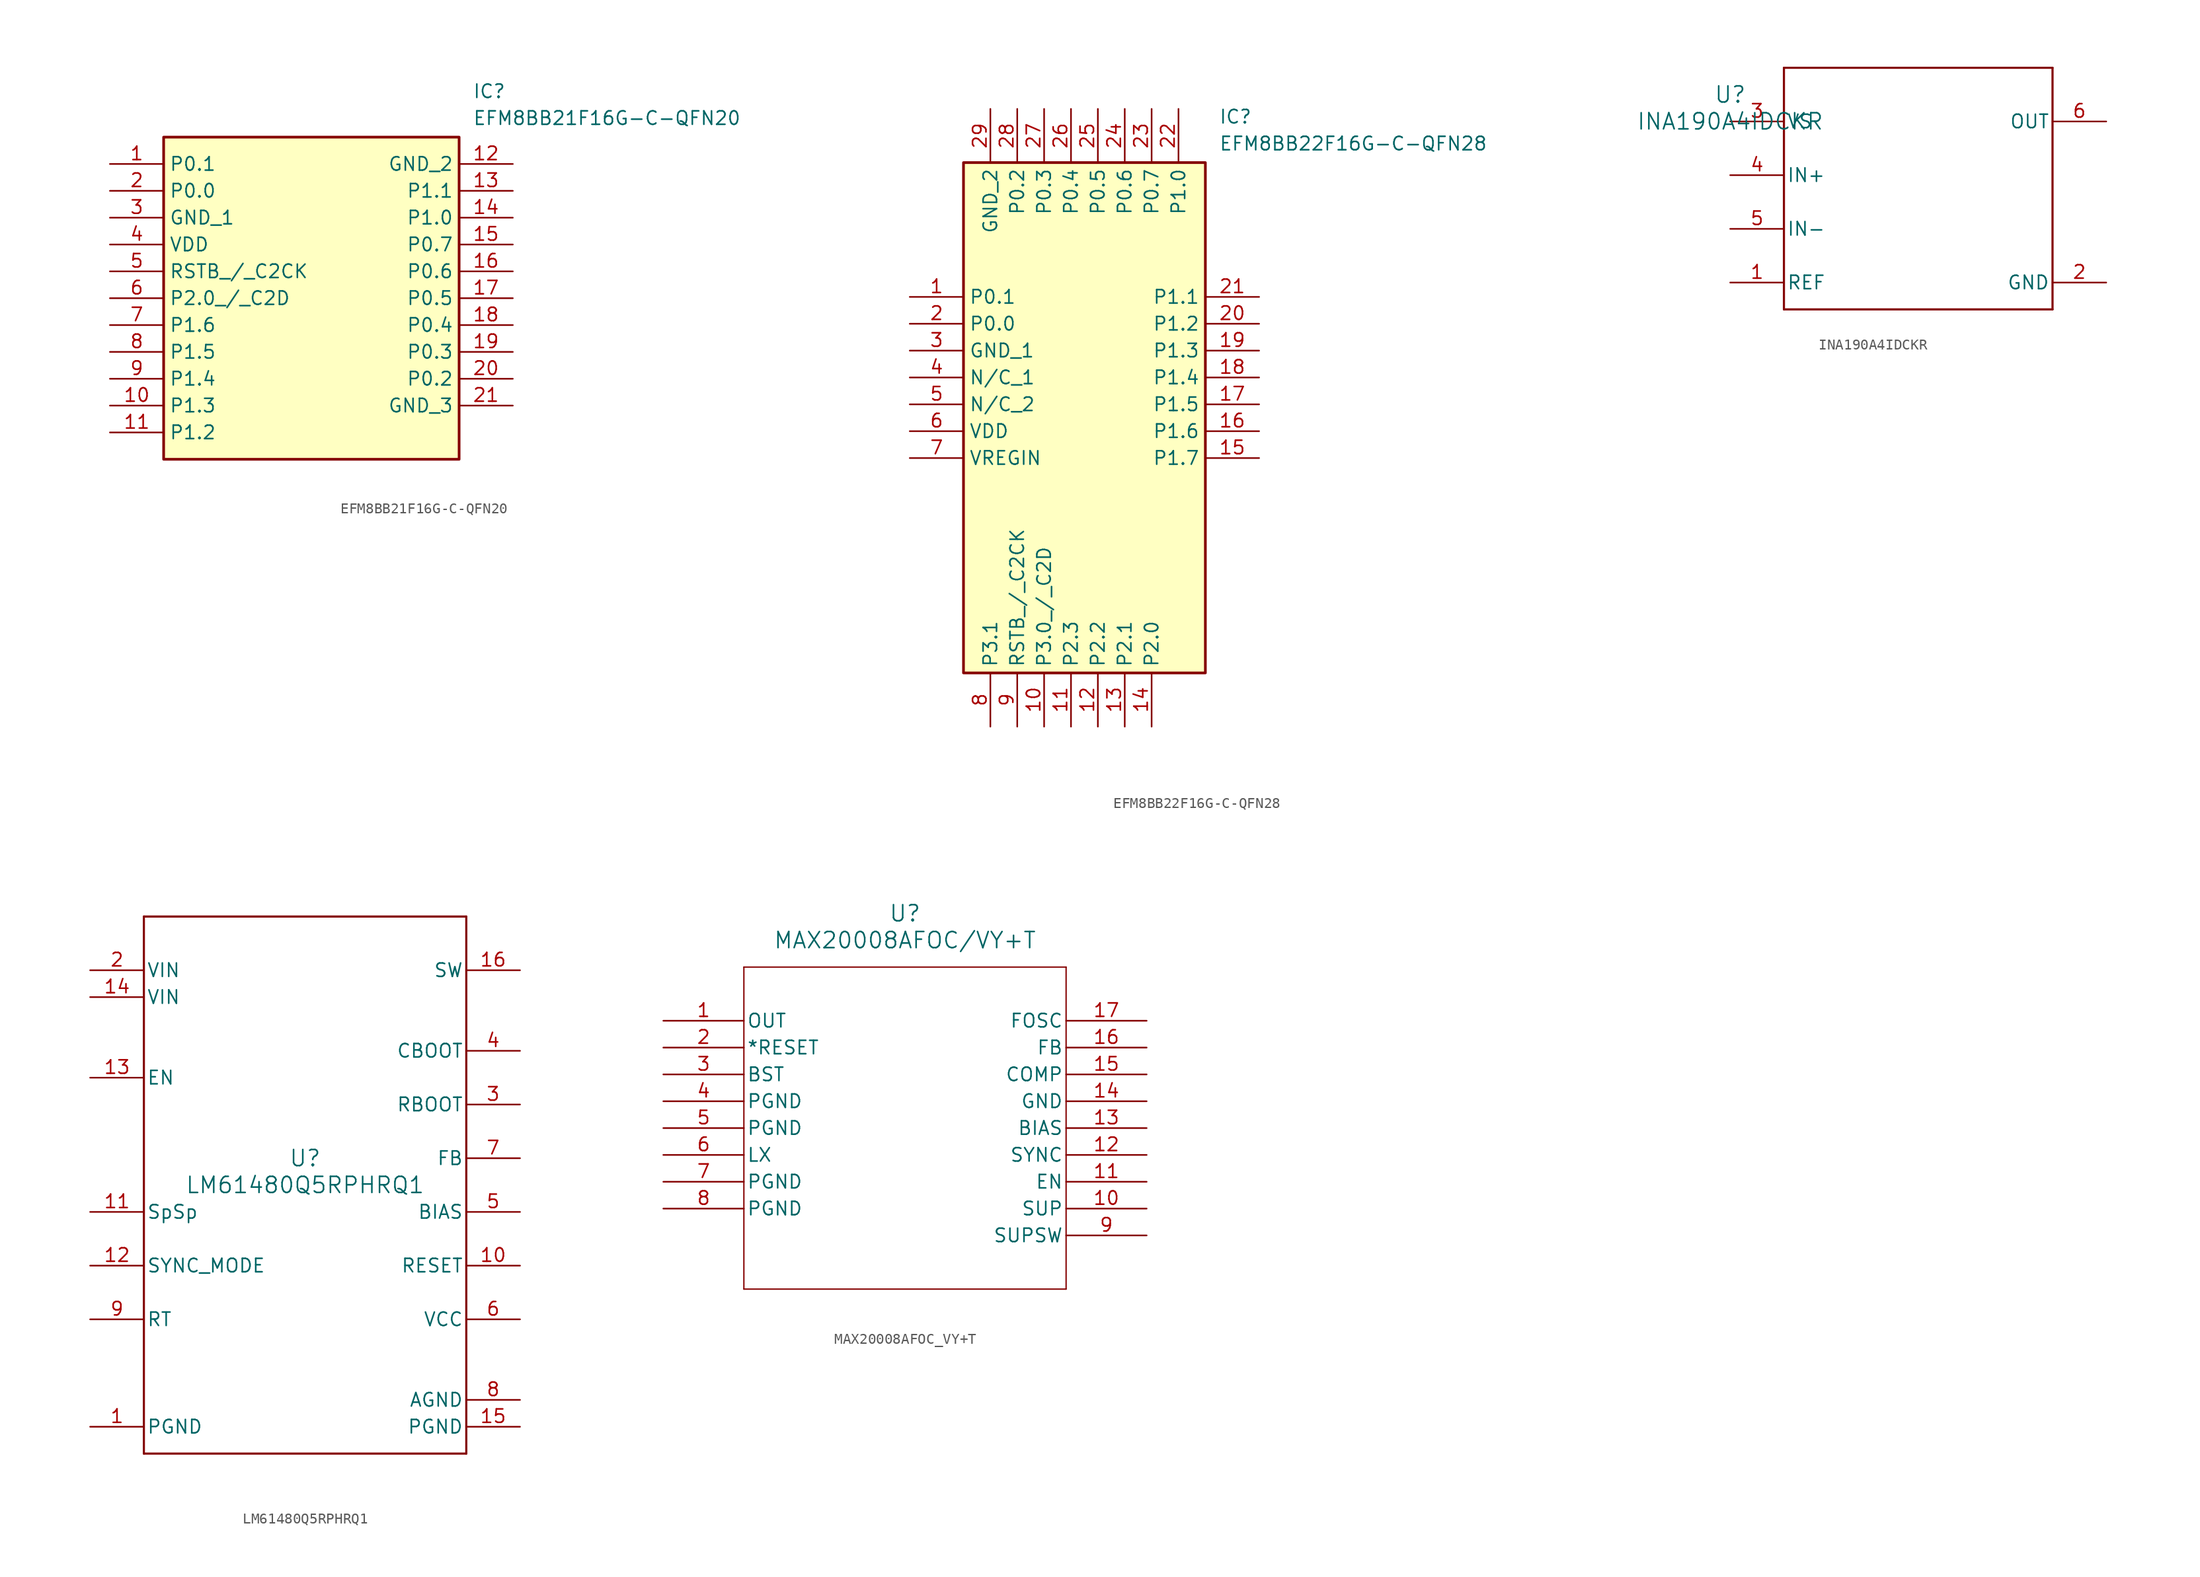
<source format=kicad_sym>
(kicad_symbol_lib
  (version 20231120)
  (generator "kicad_symbol_editor")
  (generator_version "8.0")
  (symbol "EFM8BB21F16G-C-QFN20"
    (property "Reference" "IC"
      (at 34.29 7.62 0)
      (effects (font (size 1.27 1.27)) (justify left top)))
    (property "Value" "EFM8BB21F16G-C-QFN20"
      (at 34.29 5.08 0)
      (effects (font (size 1.27 1.27)) (justify left top)))
    (symbol "EFM8BB21F16G-C-QFN20_1_1"
      (rectangle (start 5.08 2.54) (end 33.02 -27.94) (stroke (width 0.254) (type default)) (fill (type background)))
      (pin passive line (at 0 0 0) (length 5.08) (name "P0.1" (effects (font (size 1.27 1.27)))) (number "1" (effects (font (size 1.27 1.27)))))
      (pin passive line (at 0 -22.86 0) (length 5.08) (name "P1.3" (effects (font (size 1.27 1.27)))) (number "10" (effects (font (size 1.27 1.27)))))
      (pin passive line (at 0 -25.4 0) (length 5.08) (name "P1.2" (effects (font (size 1.27 1.27)))) (number "11" (effects (font (size 1.27 1.27)))))
      (pin passive line (at 38.1 0 180) (length 5.08) (name "GND_2" (effects (font (size 1.27 1.27)))) (number "12" (effects (font (size 1.27 1.27)))))
      (pin passive line (at 38.1 -2.54 180) (length 5.08) (name "P1.1" (effects (font (size 1.27 1.27)))) (number "13" (effects (font (size 1.27 1.27)))))
      (pin passive line (at 38.1 -5.08 180) (length 5.08) (name "P1.0" (effects (font (size 1.27 1.27)))) (number "14" (effects (font (size 1.27 1.27)))))
      (pin passive line (at 38.1 -7.62 180) (length 5.08) (name "P0.7" (effects (font (size 1.27 1.27)))) (number "15" (effects (font (size 1.27 1.27)))))
      (pin passive line (at 38.1 -10.16 180) (length 5.08) (name "P0.6" (effects (font (size 1.27 1.27)))) (number "16" (effects (font (size 1.27 1.27)))))
      (pin passive line (at 38.1 -12.7 180) (length 5.08) (name "P0.5" (effects (font (size 1.27 1.27)))) (number "17" (effects (font (size 1.27 1.27)))))
      (pin passive line (at 38.1 -15.24 180) (length 5.08) (name "P0.4" (effects (font (size 1.27 1.27)))) (number "18" (effects (font (size 1.27 1.27)))))
      (pin passive line (at 38.1 -17.78 180) (length 5.08) (name "P0.3" (effects (font (size 1.27 1.27)))) (number "19" (effects (font (size 1.27 1.27)))))
      (pin passive line (at 0 -2.54 0) (length 5.08) (name "P0.0" (effects (font (size 1.27 1.27)))) (number "2" (effects (font (size 1.27 1.27)))))
      (pin passive line (at 38.1 -20.32 180) (length 5.08) (name "P0.2" (effects (font (size 1.27 1.27)))) (number "20" (effects (font (size 1.27 1.27)))))
      (pin passive line (at 38.1 -22.86 180) (length 5.08) (name "GND_3" (effects (font (size 1.27 1.27)))) (number "21" (effects (font (size 1.27 1.27)))))
      (pin passive line (at 0 -5.08 0) (length 5.08) (name "GND_1" (effects (font (size 1.27 1.27)))) (number "3" (effects (font (size 1.27 1.27)))))
      (pin passive line (at 0 -7.62 0) (length 5.08) (name "VDD" (effects (font (size 1.27 1.27)))) (number "4" (effects (font (size 1.27 1.27)))))
      (pin passive line (at 0 -10.16 0) (length 5.08) (name "RSTB_/_C2CK" (effects (font (size 1.27 1.27)))) (number "5" (effects (font (size 1.27 1.27)))))
      (pin passive line (at 0 -12.7 0) (length 5.08) (name "P2.0_/_C2D" (effects (font (size 1.27 1.27)))) (number "6" (effects (font (size 1.27 1.27)))))
      (pin passive line (at 0 -15.24 0) (length 5.08) (name "P1.6" (effects (font (size 1.27 1.27)))) (number "7" (effects (font (size 1.27 1.27)))))
      (pin passive line (at 0 -17.78 0) (length 5.08) (name "P1.5" (effects (font (size 1.27 1.27)))) (number "8" (effects (font (size 1.27 1.27)))))
      (pin passive line (at 0 -20.32 0) (length 5.08) (name "P1.4" (effects (font (size 1.27 1.27)))) (number "9" (effects (font (size 1.27 1.27)))))))
  (symbol "EFM8BB22F16G-C-QFN28"
    (property "Reference" "IC"
      (at 29.21 17.78 0)
      (effects (font (size 1.27 1.27)) (justify left top)))
    (property "Value" "EFM8BB22F16G-C-QFN28"
      (at 29.21 15.24 0)
      (effects (font (size 1.27 1.27)) (justify left top)))
    (symbol "EFM8BB22F16G-C-QFN28_1_1"
      (rectangle (start 5.08 12.7) (end 27.94 -35.56) (stroke (width 0.254) (type default)) (fill (type background)))
      (pin passive line (at 0 0 0) (length 5.08) (name "P0.1" (effects (font (size 1.27 1.27)))) (number "1" (effects (font (size 1.27 1.27)))))
      (pin passive line (at 12.7 -40.64 90) (length 5.08) (name "P3.0_/_C2D" (effects (font (size 1.27 1.27)))) (number "10" (effects (font (size 1.27 1.27)))))
      (pin passive line (at 15.24 -40.64 90) (length 5.08) (name "P2.3" (effects (font (size 1.27 1.27)))) (number "11" (effects (font (size 1.27 1.27)))))
      (pin passive line (at 17.78 -40.64 90) (length 5.08) (name "P2.2" (effects (font (size 1.27 1.27)))) (number "12" (effects (font (size 1.27 1.27)))))
      (pin passive line (at 20.32 -40.64 90) (length 5.08) (name "P2.1" (effects (font (size 1.27 1.27)))) (number "13" (effects (font (size 1.27 1.27)))))
      (pin passive line (at 22.86 -40.64 90) (length 5.08) (name "P2.0" (effects (font (size 1.27 1.27)))) (number "14" (effects (font (size 1.27 1.27)))))
      (pin passive line (at 33.02 -15.24 180) (length 5.08) (name "P1.7" (effects (font (size 1.27 1.27)))) (number "15" (effects (font (size 1.27 1.27)))))
      (pin passive line (at 33.02 -12.7 180) (length 5.08) (name "P1.6" (effects (font (size 1.27 1.27)))) (number "16" (effects (font (size 1.27 1.27)))))
      (pin passive line (at 33.02 -10.16 180) (length 5.08) (name "P1.5" (effects (font (size 1.27 1.27)))) (number "17" (effects (font (size 1.27 1.27)))))
      (pin passive line (at 33.02 -7.62 180) (length 5.08) (name "P1.4" (effects (font (size 1.27 1.27)))) (number "18" (effects (font (size 1.27 1.27)))))
      (pin passive line (at 33.02 -5.08 180) (length 5.08) (name "P1.3" (effects (font (size 1.27 1.27)))) (number "19" (effects (font (size 1.27 1.27)))))
      (pin passive line (at 0 -2.54 0) (length 5.08) (name "P0.0" (effects (font (size 1.27 1.27)))) (number "2" (effects (font (size 1.27 1.27)))))
      (pin passive line (at 33.02 -2.54 180) (length 5.08) (name "P1.2" (effects (font (size 1.27 1.27)))) (number "20" (effects (font (size 1.27 1.27)))))
      (pin passive line (at 33.02 0 180) (length 5.08) (name "P1.1" (effects (font (size 1.27 1.27)))) (number "21" (effects (font (size 1.27 1.27)))))
      (pin passive line (at 25.4 17.78 270) (length 5.08) (name "P1.0" (effects (font (size 1.27 1.27)))) (number "22" (effects (font (size 1.27 1.27)))))
      (pin passive line (at 22.86 17.78 270) (length 5.08) (name "P0.7" (effects (font (size 1.27 1.27)))) (number "23" (effects (font (size 1.27 1.27)))))
      (pin passive line (at 20.32 17.78 270) (length 5.08) (name "P0.6" (effects (font (size 1.27 1.27)))) (number "24" (effects (font (size 1.27 1.27)))))
      (pin passive line (at 17.78 17.78 270) (length 5.08) (name "P0.5" (effects (font (size 1.27 1.27)))) (number "25" (effects (font (size 1.27 1.27)))))
      (pin passive line (at 15.24 17.78 270) (length 5.08) (name "P0.4" (effects (font (size 1.27 1.27)))) (number "26" (effects (font (size 1.27 1.27)))))
      (pin passive line (at 12.7 17.78 270) (length 5.08) (name "P0.3" (effects (font (size 1.27 1.27)))) (number "27" (effects (font (size 1.27 1.27)))))
      (pin passive line (at 10.16 17.78 270) (length 5.08) (name "P0.2" (effects (font (size 1.27 1.27)))) (number "28" (effects (font (size 1.27 1.27)))))
      (pin passive line (at 7.62 17.78 270) (length 5.08) (name "GND_2" (effects (font (size 1.27 1.27)))) (number "29" (effects (font (size 1.27 1.27)))))
      (pin passive line (at 0 -5.08 0) (length 5.08) (name "GND_1" (effects (font (size 1.27 1.27)))) (number "3" (effects (font (size 1.27 1.27)))))
      (pin passive line (at 0 -7.62 0) (length 5.08) (name "N/C_1" (effects (font (size 1.27 1.27)))) (number "4" (effects (font (size 1.27 1.27)))))
      (pin passive line (at 0 -10.16 0) (length 5.08) (name "N/C_2" (effects (font (size 1.27 1.27)))) (number "5" (effects (font (size 1.27 1.27)))))
      (pin passive line (at 0 -12.7 0) (length 5.08) (name "VDD" (effects (font (size 1.27 1.27)))) (number "6" (effects (font (size 1.27 1.27)))))
      (pin passive line (at 0 -15.24 0) (length 5.08) (name "VREGIN" (effects (font (size 1.27 1.27)))) (number "7" (effects (font (size 1.27 1.27)))))
      (pin passive line (at 7.62 -40.64 90) (length 5.08) (name "P3.1" (effects (font (size 1.27 1.27)))) (number "8" (effects (font (size 1.27 1.27)))))
      (pin passive line (at 10.16 -40.64 90) (length 5.08) (name "RSTB_/_C2CK" (effects (font (size 1.27 1.27)))) (number "9" (effects (font (size 1.27 1.27)))))))
  (symbol "INA190A4IDCKR"
    (pin_names
      (offset 0.254))
    (property "Reference" "U"
      (at 0 2.54 0)
      (effects (font (size 1.524 1.524))))
    (property "Value" "INA190A4IDCKR"
      (at 0 0 0)
      (effects (font (size 1.524 1.524))))
    (property "ki_locked" ""
      (at 0 0 0)
      (effects (font (size 1.27 1.27))))
    (symbol "INA190A4IDCKR_0_1"
      (polyline (pts (xy 5.08 -17.78) (xy 30.48 -17.78)) (stroke (width 0.203) (type default)) (fill (type none)))
      (polyline (pts (xy 5.08 5.08) (xy 5.08 -17.78)) (stroke (width 0.203) (type default)) (fill (type none)))
      (polyline (pts (xy 30.48 -17.78) (xy 30.48 5.08)) (stroke (width 0.203) (type default)) (fill (type none)))
      (polyline (pts (xy 30.48 5.08) (xy 5.08 5.08)) (stroke (width 0.203) (type default)) (fill (type none)))
      (pin unspecified line (at 0 -15.24 0) (length 5.08) (name "REF" (effects (font (size 1.27 1.27)))) (number "1" (effects (font (size 1.27 1.27)))))
      (pin power_in line (at 35.56 -15.24 180) (length 5.08) (name "GND" (effects (font (size 1.27 1.27)))) (number "2" (effects (font (size 1.27 1.27)))))
      (pin power_in line (at 0 0 0) (length 5.08) (name "VS" (effects (font (size 1.27 1.27)))) (number "3" (effects (font (size 1.27 1.27)))))
      (pin tri_state line (at 0 -5.08 0) (length 5.08) (name "IN+" (effects (font (size 1.27 1.27)))) (number "4" (effects (font (size 1.27 1.27)))))
      (pin tri_state line (at 0 -10.16 0) (length 5.08) (name "IN-" (effects (font (size 1.27 1.27)))) (number "5" (effects (font (size 1.27 1.27)))))
      (pin unspecified line (at 35.56 0 180) (length 5.08) (name "OUT" (effects (font (size 1.27 1.27)))) (number "6" (effects (font (size 1.27 1.27)))))))
  (symbol "LM61480Q5RPHRQ1"
    (pin_names
      (offset 0.254))
    (property "Reference" "U"
      (at 0 2.54 0)
      (effects (font (size 1.524 1.524))))
    (property "Value" "LM61480Q5RPHRQ1"
      (at 0 0 0)
      (effects (font (size 1.524 1.524))))
    (property "ki_locked" ""
      (at 0 0 0)
      (effects (font (size 1.27 1.27))))
    (symbol "LM61480Q5RPHRQ1_0_1"
      (polyline (pts (xy -15.24 -25.4) (xy 15.24 -25.4)) (stroke (width 0.203) (type default)) (fill (type none)))
      (polyline (pts (xy -15.24 25.4) (xy -15.24 -25.4)) (stroke (width 0.203) (type default)) (fill (type none)))
      (polyline (pts (xy 15.24 -25.4) (xy 15.24 25.4)) (stroke (width 0.203) (type default)) (fill (type none)))
      (polyline (pts (xy 15.24 25.4) (xy -15.24 25.4)) (stroke (width 0.203) (type default)) (fill (type none)))
      (pin power_in line (at -20.32 -22.86 0) (length 5.08) (name "PGND" (effects (font (size 1.27 1.27)))) (number "1" (effects (font (size 1.27 1.27)))))
      (pin input line (at 20.32 -7.62 180) (length 5.08) (name "RESET" (effects (font (size 1.27 1.27)))) (number "10" (effects (font (size 1.27 1.27)))))
      (pin unspecified line (at -20.32 -2.54 0) (length 5.08) (name "SpSp" (effects (font (size 1.27 1.27)))) (number "11" (effects (font (size 1.27 1.27)))))
      (pin input line (at -20.32 -7.62 0) (length 5.08) (name "SYNC_MODE" (effects (font (size 1.27 1.27)))) (number "12" (effects (font (size 1.27 1.27)))))
      (pin input line (at -20.32 10.16 0) (length 5.08) (name "EN" (effects (font (size 1.27 1.27)))) (number "13" (effects (font (size 1.27 1.27)))))
      (pin power_in line (at -20.32 17.78 0) (length 5.08) (name "VIN" (effects (font (size 1.27 1.27)))) (number "14" (effects (font (size 1.27 1.27)))))
      (pin power_in line (at 20.32 -22.86 180) (length 5.08) (name "PGND" (effects (font (size 1.27 1.27)))) (number "15" (effects (font (size 1.27 1.27)))))
      (pin power_in line (at 20.32 20.32 180) (length 5.08) (name "SW" (effects (font (size 1.27 1.27)))) (number "16" (effects (font (size 1.27 1.27)))))
      (pin power_in line (at -20.32 20.32 0) (length 5.08) (name "VIN" (effects (font (size 1.27 1.27)))) (number "2" (effects (font (size 1.27 1.27)))))
      (pin unspecified line (at 20.32 7.62 180) (length 5.08) (name "RBOOT" (effects (font (size 1.27 1.27)))) (number "3" (effects (font (size 1.27 1.27)))))
      (pin unspecified line (at 20.32 12.7 180) (length 5.08) (name "CBOOT" (effects (font (size 1.27 1.27)))) (number "4" (effects (font (size 1.27 1.27)))))
      (pin unspecified line (at 20.32 -2.54 180) (length 5.08) (name "BIAS" (effects (font (size 1.27 1.27)))) (number "5" (effects (font (size 1.27 1.27)))))
      (pin power_in line (at 20.32 -12.7 180) (length 5.08) (name "VCC" (effects (font (size 1.27 1.27)))) (number "6" (effects (font (size 1.27 1.27)))))
      (pin input line (at 20.32 2.54 180) (length 5.08) (name "FB" (effects (font (size 1.27 1.27)))) (number "7" (effects (font (size 1.27 1.27)))))
      (pin power_in line (at 20.32 -20.32 180) (length 5.08) (name "AGND" (effects (font (size 1.27 1.27)))) (number "8" (effects (font (size 1.27 1.27)))))
      (pin unspecified line (at -20.32 -12.7 0) (length 5.08) (name "RT" (effects (font (size 1.27 1.27)))) (number "9" (effects (font (size 1.27 1.27)))))))
  (symbol "MAX20008AFOC_VY+T"
    (pin_names
      (offset 0.254))
    (property "Reference" "U"
      (at 22.86 10.16 0)
      (effects (font (size 1.524 1.524))))
    (property "Value" "MAX20008AFOC/VY+T"
      (at 22.86 7.62 0)
      (effects (font (size 1.524 1.524))))
    (property "ki_locked" ""
      (at 0 0 0)
      (effects (font (size 1.27 1.27))))
    (symbol "MAX20008AFOC_VY+T_0_1"
      (polyline (pts (xy 7.62 -25.4) (xy 38.1 -25.4)) (stroke (width 0.127) (type default)) (fill (type none)))
      (polyline (pts (xy 7.62 5.08) (xy 7.62 -25.4)) (stroke (width 0.127) (type default)) (fill (type none)))
      (polyline (pts (xy 38.1 -25.4) (xy 38.1 5.08)) (stroke (width 0.127) (type default)) (fill (type none)))
      (polyline (pts (xy 38.1 5.08) (xy 7.62 5.08)) (stroke (width 0.127) (type default)) (fill (type none)))
      (pin input line (at 45.72 -17.78 180) (length 7.62) (name "SUP" (effects (font (size 1.27 1.27)))) (number "10" (effects (font (size 1.27 1.27)))))
      (pin input line (at 45.72 -15.24 180) (length 7.62) (name "EN" (effects (font (size 1.27 1.27)))) (number "11" (effects (font (size 1.27 1.27)))))
      (pin unspecified line (at 45.72 -12.7 180) (length 7.62) (name "SYNC" (effects (font (size 1.27 1.27)))) (number "12" (effects (font (size 1.27 1.27)))))
      (pin output line (at 45.72 -10.16 180) (length 7.62) (name "BIAS" (effects (font (size 1.27 1.27)))) (number "13" (effects (font (size 1.27 1.27)))))
      (pin power_in line (at 45.72 -7.62 180) (length 7.62) (name "GND" (effects (font (size 1.27 1.27)))) (number "14" (effects (font (size 1.27 1.27)))))
      (pin output line (at 45.72 -5.08 180) (length 7.62) (name "COMP" (effects (font (size 1.27 1.27)))) (number "15" (effects (font (size 1.27 1.27)))))
      (pin input line (at 45.72 -2.54 180) (length 7.62) (name "FB" (effects (font (size 1.27 1.27)))) (number "16" (effects (font (size 1.27 1.27)))))
      (pin input line (at 45.72 0 180) (length 7.62) (name "FOSC" (effects (font (size 1.27 1.27)))) (number "17" (effects (font (size 1.27 1.27)))))
      (pin output line (at 0 -2.54 0) (length 7.62) (name "*RESET" (effects (font (size 1.27 1.27)))) (number "2" (effects (font (size 1.27 1.27)))))
      (pin unspecified line (at 0 -5.08 0) (length 7.62) (name "BST" (effects (font (size 1.27 1.27)))) (number "3" (effects (font (size 1.27 1.27)))))
      (pin power_in line (at 0 -7.62 0) (length 7.62) (name "PGND" (effects (font (size 1.27 1.27)))) (number "4" (effects (font (size 1.27 1.27)))))
      (pin power_in line (at 0 -10.16 0) (length 7.62) (name "PGND" (effects (font (size 1.27 1.27)))) (number "5" (effects (font (size 1.27 1.27)))))
      (pin unspecified line (at 0 -12.7 0) (length 7.62) (name "LX" (effects (font (size 1.27 1.27)))) (number "6" (effects (font (size 1.27 1.27)))))
      (pin power_in line (at 0 -15.24 0) (length 7.62) (name "PGND" (effects (font (size 1.27 1.27)))) (number "7" (effects (font (size 1.27 1.27)))))
      (pin power_in line (at 0 -17.78 0) (length 7.62) (name "PGND" (effects (font (size 1.27 1.27)))) (number "8" (effects (font (size 1.27 1.27)))))
      (pin input line (at 45.72 -20.32 180) (length 7.62) (name "SUPSW" (effects (font (size 1.27 1.27)))) (number "9" (effects (font (size 1.27 1.27))))))
    (symbol "MAX20008AFOC_VY+T_1_1"
      (pin power_out line (at 0 0 0) (length 7.62) (name "OUT" (effects (font (size 1.27 1.27)))) (number "1" (effects (font (size 1.27 1.27))))))))
</source>
